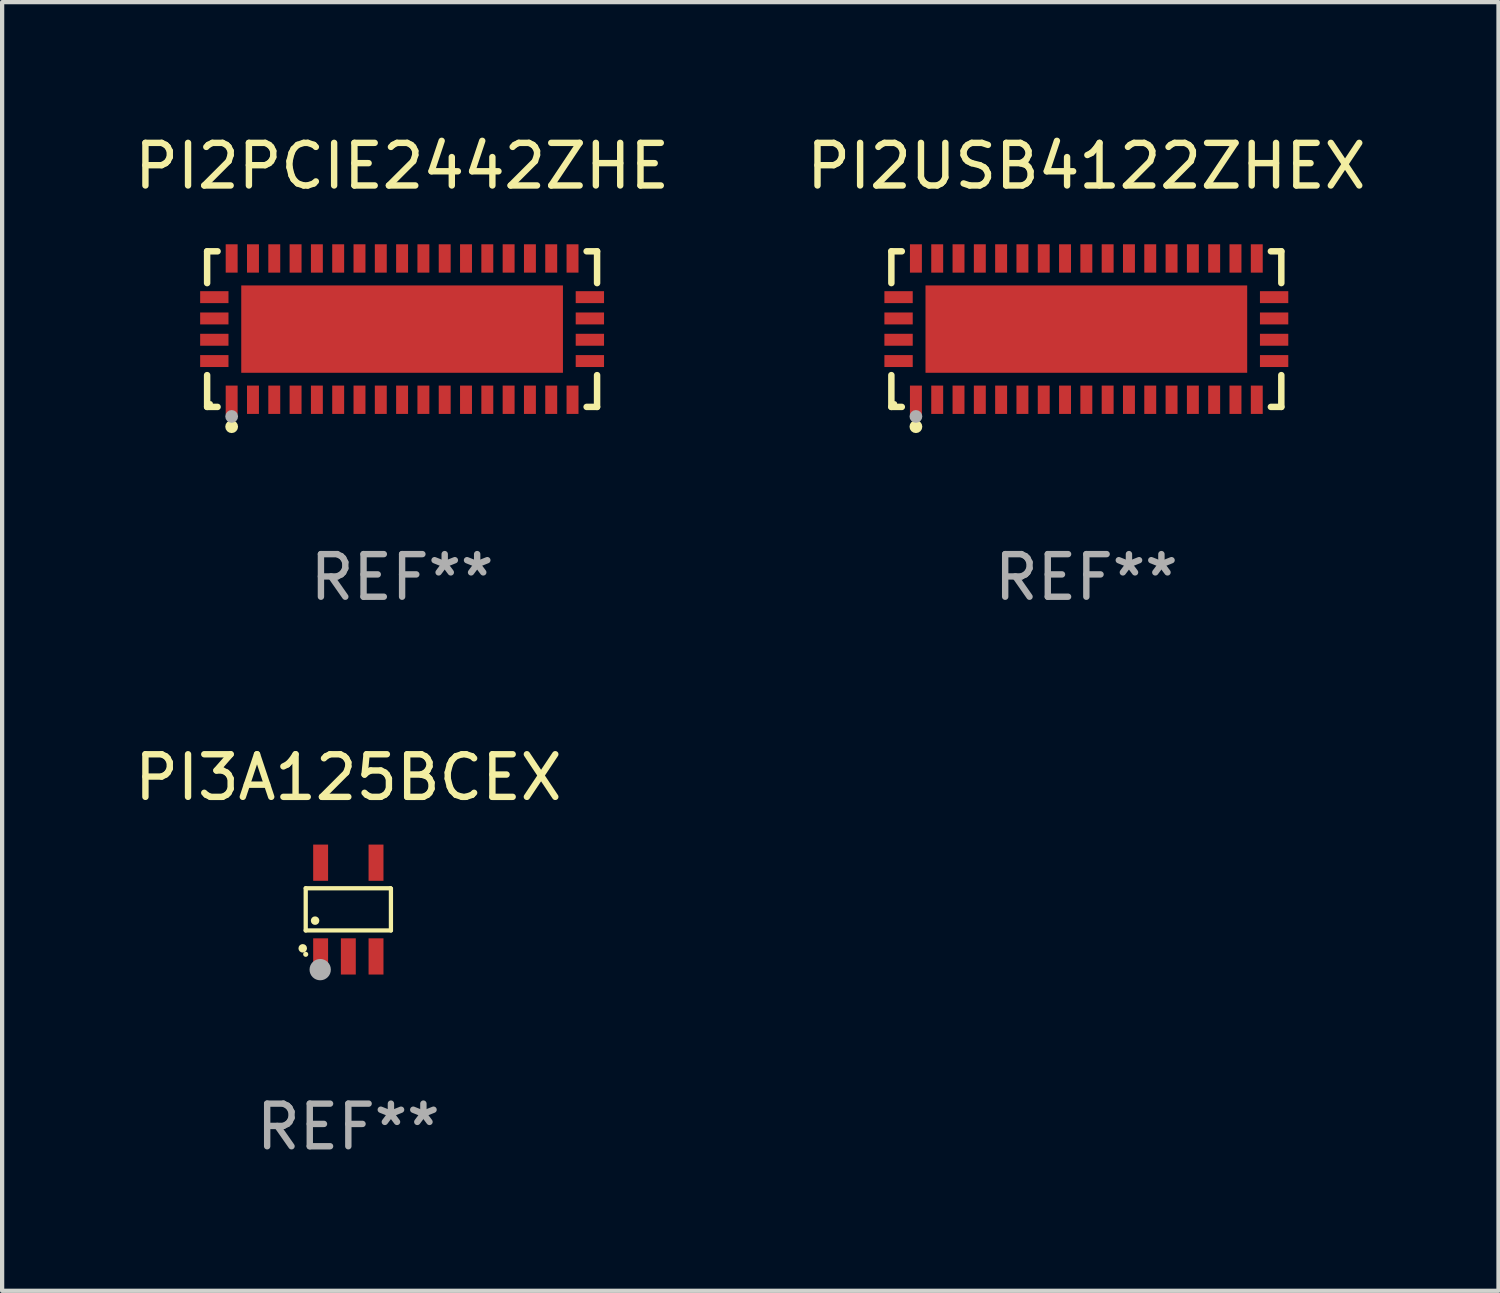
<source format=kicad_pcb>
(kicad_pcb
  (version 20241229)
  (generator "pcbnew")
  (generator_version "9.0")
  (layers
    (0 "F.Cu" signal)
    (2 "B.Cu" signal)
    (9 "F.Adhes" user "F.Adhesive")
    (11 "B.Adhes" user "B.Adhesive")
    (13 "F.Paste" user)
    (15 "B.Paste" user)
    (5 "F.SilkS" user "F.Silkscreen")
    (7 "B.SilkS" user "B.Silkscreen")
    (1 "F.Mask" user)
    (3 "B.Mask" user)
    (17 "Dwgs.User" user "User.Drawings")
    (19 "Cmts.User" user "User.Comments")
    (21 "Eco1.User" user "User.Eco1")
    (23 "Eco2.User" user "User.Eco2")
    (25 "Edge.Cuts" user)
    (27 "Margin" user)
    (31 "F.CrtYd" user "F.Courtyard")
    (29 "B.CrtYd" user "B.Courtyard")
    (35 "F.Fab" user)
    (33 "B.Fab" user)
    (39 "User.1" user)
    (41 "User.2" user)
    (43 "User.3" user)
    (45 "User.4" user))
  (footprint "PI2PCIE2442ZHE"
    (layer "F.Cu")
    (at 6.387 4.674)
    (property "Reference" "PI2PCIE2442ZHE" (at 0 -3.826 0) (layer "F.SilkS") (effects (font (size 1 1) (thickness 0.15))))
    (attr through_hole)
    (fp_line (start -4.576 -1.826) (end -4.331 -1.826) (stroke (width 0.152) (type solid)) (layer "F.SilkS"))
    (fp_line (start -4.576 -1.08) (end -4.576 -1.826) (stroke (width 0.152) (type solid)) (layer "F.SilkS"))
    (fp_line (start -4.576 1.08) (end -4.576 1.826) (stroke (width 0.152) (type solid)) (layer "F.SilkS"))
    (fp_line (start -4.576 1.826) (end -4.331 1.826) (stroke (width 0.152) (type solid)) (layer "F.SilkS"))
    (fp_line (start 4.576 -1.826) (end 4.331 -1.826) (stroke (width 0.152) (type solid)) (layer "F.SilkS"))
    (fp_line (start 4.576 -1.08) (end 4.576 -1.826) (stroke (width 0.152) (type solid)) (layer "F.SilkS"))
    (fp_line (start 4.576 1.08) (end 4.576 1.826) (stroke (width 0.152) (type solid)) (layer "F.SilkS"))
    (fp_line (start 4.576 1.826) (end 4.331 1.826) (stroke (width 0.152) (type solid)) (layer "F.SilkS"))
    (fp_circle (center -4.5 1.75) (end -4.47 1.75) (stroke (width 0.06) (type solid)) (fill no) (layer "F.SilkS"))
    (fp_circle (center -4 2.29) (end -3.925 2.29) (stroke (width 0.15) (type solid)) (fill no) (layer "F.SilkS"))
    (fp_circle (center -4 2.05) (end -3.925 2.05) (stroke (width 0.15) (type solid)) (fill no) (layer "F.Fab"))
    (fp_text user "REF**" (at 0 5.826 0) (layer "F.Fab") (effects (font (size 1 1) (thickness 0.15))))
    (pad "1" smd rect (at -4 1.658) (size 0.28 0.665) (layers "F.Cu" "F.Mask" "F.Paste"))
    (pad "2" smd rect (at -3.5 1.658) (size 0.28 0.665) (layers "F.Cu" "F.Mask" "F.Paste"))
    (pad "3" smd rect (at -3 1.658) (size 0.28 0.665) (layers "F.Cu" "F.Mask" "F.Paste"))
    (pad "4" smd rect (at -2.5 1.658) (size 0.28 0.665) (layers "F.Cu" "F.Mask" "F.Paste"))
    (pad "5" smd rect (at -2 1.658) (size 0.28 0.665) (layers "F.Cu" "F.Mask" "F.Paste"))
    (pad "6" smd rect (at -1.5 1.658) (size 0.28 0.665) (layers "F.Cu" "F.Mask" "F.Paste"))
    (pad "7" smd rect (at -1 1.658) (size 0.28 0.665) (layers "F.Cu" "F.Mask" "F.Paste"))
    (pad "8" smd rect (at -0.5 1.658) (size 0.28 0.665) (layers "F.Cu" "F.Mask" "F.Paste"))
    (pad "9" smd rect (at 0 1.658) (size 0.28 0.665) (layers "F.Cu" "F.Mask" "F.Paste"))
    (pad "10" smd rect (at 0.5 1.658) (size 0.28 0.665) (layers "F.Cu" "F.Mask" "F.Paste"))
    (pad "11" smd rect (at 1 1.658) (size 0.28 0.665) (layers "F.Cu" "F.Mask" "F.Paste"))
    (pad "12" smd rect (at 1.5 1.658) (size 0.28 0.665) (layers "F.Cu" "F.Mask" "F.Paste"))
    (pad "13" smd rect (at 2 1.658) (size 0.28 0.665) (layers "F.Cu" "F.Mask" "F.Paste"))
    (pad "14" smd rect (at 2.5 1.658) (size 0.28 0.665) (layers "F.Cu" "F.Mask" "F.Paste"))
    (pad "15" smd rect (at 3 1.658) (size 0.28 0.665) (layers "F.Cu" "F.Mask" "F.Paste"))
    (pad "16" smd rect (at 3.5 1.658) (size 0.28 0.665) (layers "F.Cu" "F.Mask" "F.Paste"))
    (pad "17" smd rect (at 4 1.658) (size 0.28 0.665) (layers "F.Cu" "F.Mask" "F.Paste"))
    (pad "18" smd rect (at 4.407 0.75) (size 0.665 0.28) (layers "F.Cu" "F.Mask" "F.Paste"))
    (pad "19" smd rect (at 4.407 0.25) (size 0.665 0.28) (layers "F.Cu" "F.Mask" "F.Paste"))
    (pad "20" smd rect (at 4.407 -0.25) (size 0.665 0.28) (layers "F.Cu" "F.Mask" "F.Paste"))
    (pad "21" smd rect (at 4.407 -0.75) (size 0.665 0.28) (layers "F.Cu" "F.Mask" "F.Paste"))
    (pad "22" smd rect (at 4 -1.658) (size 0.28 0.665) (layers "F.Cu" "F.Mask" "F.Paste"))
    (pad "23" smd rect (at 3.5 -1.658) (size 0.28 0.665) (layers "F.Cu" "F.Mask" "F.Paste"))
    (pad "24" smd rect (at 3 -1.658) (size 0.28 0.665) (layers "F.Cu" "F.Mask" "F.Paste"))
    (pad "25" smd rect (at 2.5 -1.658) (size 0.28 0.665) (layers "F.Cu" "F.Mask" "F.Paste"))
    (pad "26" smd rect (at 2 -1.658) (size 0.28 0.665) (layers "F.Cu" "F.Mask" "F.Paste"))
    (pad "27" smd rect (at 1.5 -1.658) (size 0.28 0.665) (layers "F.Cu" "F.Mask" "F.Paste"))
    (pad "28" smd rect (at 1 -1.658) (size 0.28 0.665) (layers "F.Cu" "F.Mask" "F.Paste"))
    (pad "29" smd rect (at 0.5 -1.658) (size 0.28 0.665) (layers "F.Cu" "F.Mask" "F.Paste"))
    (pad "30" smd rect (at 0 -1.658) (size 0.28 0.665) (layers "F.Cu" "F.Mask" "F.Paste"))
    (pad "31" smd rect (at -0.5 -1.658) (size 0.28 0.665) (layers "F.Cu" "F.Mask" "F.Paste"))
    (pad "32" smd rect (at -1 -1.658) (size 0.28 0.665) (layers "F.Cu" "F.Mask" "F.Paste"))
    (pad "33" smd rect (at -1.5 -1.658) (size 0.28 0.665) (layers "F.Cu" "F.Mask" "F.Paste"))
    (pad "34" smd rect (at -2 -1.658) (size 0.28 0.665) (layers "F.Cu" "F.Mask" "F.Paste"))
    (pad "35" smd rect (at -2.5 -1.658) (size 0.28 0.665) (layers "F.Cu" "F.Mask" "F.Paste"))
    (pad "36" smd rect (at -3 -1.658) (size 0.28 0.665) (layers "F.Cu" "F.Mask" "F.Paste"))
    (pad "37" smd rect (at -3.5 -1.658) (size 0.28 0.665) (layers "F.Cu" "F.Mask" "F.Paste"))
    (pad "38" smd rect (at -4 -1.658) (size 0.28 0.665) (layers "F.Cu" "F.Mask" "F.Paste"))
    (pad "39" smd rect (at -4.407 -0.75) (size 0.665 0.28) (layers "F.Cu" "F.Mask" "F.Paste"))
    (pad "40" smd rect (at -4.407 -0.25) (size 0.665 0.28) (layers "F.Cu" "F.Mask" "F.Paste"))
    (pad "41" smd rect (at -4.407 0.25) (size 0.665 0.28) (layers "F.Cu" "F.Mask" "F.Paste"))
    (pad "42" smd rect (at -4.407 0.75) (size 0.665 0.28) (layers "F.Cu" "F.Mask" "F.Paste"))
    (pad "43" smd rect (at 0 0) (size 7.55 2.05) (layers "F.Cu" "F.Mask" "F.Paste")))
  (footprint "PI2USB4122ZHEX"
    (layer "F.Cu")
    (at 22.446 4.674)
    (property "Reference" "PI2USB4122ZHEX" (at 0 -3.826 0) (layer "F.SilkS") (effects (font (size 1 1) (thickness 0.15))))
    (attr through_hole)
    (fp_line (start -4.576 -1.826) (end -4.331 -1.826) (stroke (width 0.152) (type solid)) (layer "F.SilkS"))
    (fp_line (start -4.576 -1.08) (end -4.576 -1.826) (stroke (width 0.152) (type solid)) (layer "F.SilkS"))
    (fp_line (start -4.576 1.08) (end -4.576 1.826) (stroke (width 0.152) (type solid)) (layer "F.SilkS"))
    (fp_line (start -4.576 1.826) (end -4.331 1.826) (stroke (width 0.152) (type solid)) (layer "F.SilkS"))
    (fp_line (start 4.576 -1.826) (end 4.331 -1.826) (stroke (width 0.152) (type solid)) (layer "F.SilkS"))
    (fp_line (start 4.576 -1.08) (end 4.576 -1.826) (stroke (width 0.152) (type solid)) (layer "F.SilkS"))
    (fp_line (start 4.576 1.08) (end 4.576 1.826) (stroke (width 0.152) (type solid)) (layer "F.SilkS"))
    (fp_line (start 4.576 1.826) (end 4.331 1.826) (stroke (width 0.152) (type solid)) (layer "F.SilkS"))
    (fp_circle (center -4.5 1.75) (end -4.47 1.75) (stroke (width 0.06) (type solid)) (fill no) (layer "F.SilkS"))
    (fp_circle (center -4 2.29) (end -3.925 2.29) (stroke (width 0.15) (type solid)) (fill no) (layer "F.SilkS"))
    (fp_circle (center -4 2.05) (end -3.925 2.05) (stroke (width 0.15) (type solid)) (fill no) (layer "F.Fab"))
    (fp_text user "REF**" (at 0 5.826 0) (layer "F.Fab") (effects (font (size 1 1) (thickness 0.15))))
    (pad "1" smd rect (at -4 1.658) (size 0.28 0.665) (layers "F.Cu" "F.Mask" "F.Paste"))
    (pad "2" smd rect (at -3.5 1.658) (size 0.28 0.665) (layers "F.Cu" "F.Mask" "F.Paste"))
    (pad "3" smd rect (at -3 1.658) (size 0.28 0.665) (layers "F.Cu" "F.Mask" "F.Paste"))
    (pad "4" smd rect (at -2.5 1.658) (size 0.28 0.665) (layers "F.Cu" "F.Mask" "F.Paste"))
    (pad "5" smd rect (at -2 1.658) (size 0.28 0.665) (layers "F.Cu" "F.Mask" "F.Paste"))
    (pad "6" smd rect (at -1.5 1.658) (size 0.28 0.665) (layers "F.Cu" "F.Mask" "F.Paste"))
    (pad "7" smd rect (at -1 1.658) (size 0.28 0.665) (layers "F.Cu" "F.Mask" "F.Paste"))
    (pad "8" smd rect (at -0.5 1.658) (size 0.28 0.665) (layers "F.Cu" "F.Mask" "F.Paste"))
    (pad "9" smd rect (at 0 1.658) (size 0.28 0.665) (layers "F.Cu" "F.Mask" "F.Paste"))
    (pad "10" smd rect (at 0.5 1.658) (size 0.28 0.665) (layers "F.Cu" "F.Mask" "F.Paste"))
    (pad "11" smd rect (at 1 1.658) (size 0.28 0.665) (layers "F.Cu" "F.Mask" "F.Paste"))
    (pad "12" smd rect (at 1.5 1.658) (size 0.28 0.665) (layers "F.Cu" "F.Mask" "F.Paste"))
    (pad "13" smd rect (at 2 1.658) (size 0.28 0.665) (layers "F.Cu" "F.Mask" "F.Paste"))
    (pad "14" smd rect (at 2.5 1.658) (size 0.28 0.665) (layers "F.Cu" "F.Mask" "F.Paste"))
    (pad "15" smd rect (at 3 1.658) (size 0.28 0.665) (layers "F.Cu" "F.Mask" "F.Paste"))
    (pad "16" smd rect (at 3.5 1.658) (size 0.28 0.665) (layers "F.Cu" "F.Mask" "F.Paste"))
    (pad "17" smd rect (at 4 1.658) (size 0.28 0.665) (layers "F.Cu" "F.Mask" "F.Paste"))
    (pad "18" smd rect (at 4.407 0.75) (size 0.665 0.28) (layers "F.Cu" "F.Mask" "F.Paste"))
    (pad "19" smd rect (at 4.407 0.25) (size 0.665 0.28) (layers "F.Cu" "F.Mask" "F.Paste"))
    (pad "20" smd rect (at 4.407 -0.25) (size 0.665 0.28) (layers "F.Cu" "F.Mask" "F.Paste"))
    (pad "21" smd rect (at 4.407 -0.75) (size 0.665 0.28) (layers "F.Cu" "F.Mask" "F.Paste"))
    (pad "22" smd rect (at 4 -1.658) (size 0.28 0.665) (layers "F.Cu" "F.Mask" "F.Paste"))
    (pad "23" smd rect (at 3.5 -1.658) (size 0.28 0.665) (layers "F.Cu" "F.Mask" "F.Paste"))
    (pad "24" smd rect (at 3 -1.658) (size 0.28 0.665) (layers "F.Cu" "F.Mask" "F.Paste"))
    (pad "25" smd rect (at 2.5 -1.658) (size 0.28 0.665) (layers "F.Cu" "F.Mask" "F.Paste"))
    (pad "26" smd rect (at 2 -1.658) (size 0.28 0.665) (layers "F.Cu" "F.Mask" "F.Paste"))
    (pad "27" smd rect (at 1.5 -1.658) (size 0.28 0.665) (layers "F.Cu" "F.Mask" "F.Paste"))
    (pad "28" smd rect (at 1 -1.658) (size 0.28 0.665) (layers "F.Cu" "F.Mask" "F.Paste"))
    (pad "29" smd rect (at 0.5 -1.658) (size 0.28 0.665) (layers "F.Cu" "F.Mask" "F.Paste"))
    (pad "30" smd rect (at 0 -1.658) (size 0.28 0.665) (layers "F.Cu" "F.Mask" "F.Paste"))
    (pad "31" smd rect (at -0.5 -1.658) (size 0.28 0.665) (layers "F.Cu" "F.Mask" "F.Paste"))
    (pad "32" smd rect (at -1 -1.658) (size 0.28 0.665) (layers "F.Cu" "F.Mask" "F.Paste"))
    (pad "33" smd rect (at -1.5 -1.658) (size 0.28 0.665) (layers "F.Cu" "F.Mask" "F.Paste"))
    (pad "34" smd rect (at -2 -1.658) (size 0.28 0.665) (layers "F.Cu" "F.Mask" "F.Paste"))
    (pad "35" smd rect (at -2.5 -1.658) (size 0.28 0.665) (layers "F.Cu" "F.Mask" "F.Paste"))
    (pad "36" smd rect (at -3 -1.658) (size 0.28 0.665) (layers "F.Cu" "F.Mask" "F.Paste"))
    (pad "37" smd rect (at -3.5 -1.658) (size 0.28 0.665) (layers "F.Cu" "F.Mask" "F.Paste"))
    (pad "38" smd rect (at -4 -1.658) (size 0.28 0.665) (layers "F.Cu" "F.Mask" "F.Paste"))
    (pad "39" smd rect (at -4.407 -0.75) (size 0.665 0.28) (layers "F.Cu" "F.Mask" "F.Paste"))
    (pad "40" smd rect (at -4.407 -0.25) (size 0.665 0.28) (layers "F.Cu" "F.Mask" "F.Paste"))
    (pad "41" smd rect (at -4.407 0.25) (size 0.665 0.28) (layers "F.Cu" "F.Mask" "F.Paste"))
    (pad "42" smd rect (at -4.407 0.75) (size 0.665 0.28) (layers "F.Cu" "F.Mask" "F.Paste"))
    (pad "43" smd rect (at 0 0) (size 7.55 2.05) (layers "F.Cu" "F.Mask" "F.Paste")))
  (footprint "PI3A125BCEX"
    (layer "F.Cu")
    (at 5.125 18.297)
    (property "Reference" "PI3A125BCEX" (at 0 -3.1 0) (layer "F.SilkS") (effects (font (size 1 1) (thickness 0.15))))
    (attr through_hole)
    (fp_line (start -1 -0.5) (end -1 0.49) (stroke (width 0.1) (type solid)) (layer "F.SilkS"))
    (fp_line (start -1 0.49) (end 1 0.49) (stroke (width 0.1) (type solid)) (layer "F.SilkS"))
    (fp_line (start 0.99 -0.5) (end -1 -0.5) (stroke (width 0.1) (type solid)) (layer "F.SilkS"))
    (fp_line (start 1 -0.49) (end 0.99 -0.5) (stroke (width 0.1) (type solid)) (layer "F.SilkS"))
    (fp_line (start 1 0.49) (end 1 -0.49) (stroke (width 0.1) (type solid)) (layer "F.SilkS"))
    (fp_circle (center -1.07 0.91) (end -1.02 0.91) (stroke (width 0.1) (type solid)) (fill no) (layer "F.SilkS"))
    (fp_circle (center -1 1.05) (end -0.97 1.05) (stroke (width 0.06) (type solid)) (fill no) (layer "F.SilkS"))
    (fp_circle (center -0.78 0.26) (end -0.73 0.26) (stroke (width 0.1) (type solid)) (fill no) (layer "F.SilkS"))
    (fp_circle (center -0.66 1.41) (end -0.535 1.41) (stroke (width 0.25) (type solid)) (fill no) (layer "F.Fab"))
    (fp_text user "REF**" (at 0 5.1 0) (layer "F.Fab") (effects (font (size 1 1) (thickness 0.15))))
    (pad "1" smd rect (at -0.65 1.1) (size 0.35 0.85) (layers "F.Cu" "F.Mask" "F.Paste"))
    (pad "2" smd rect (at 0.000051 1.1) (size 0.35 0.85) (layers "F.Cu" "F.Mask" "F.Paste"))
    (pad "3" smd rect (at 0.65 1.1) (size 0.35 0.85) (layers "F.Cu" "F.Mask" "F.Paste"))
    (pad "4" smd rect (at 0.65 -1.1) (size 0.35 0.85) (layers "F.Cu" "F.Mask" "F.Paste"))
    (pad "5" smd rect (at -0.65 -1.1) (size 0.35 0.85) (layers "F.Cu" "F.Mask" "F.Paste")))
  (gr_rect
    (start -3 -3)
    (end 32.119 27.245)
    (stroke (width 0.1) (type default))
    (fill no)
    (layer "Edge.Cuts")))
</source>
